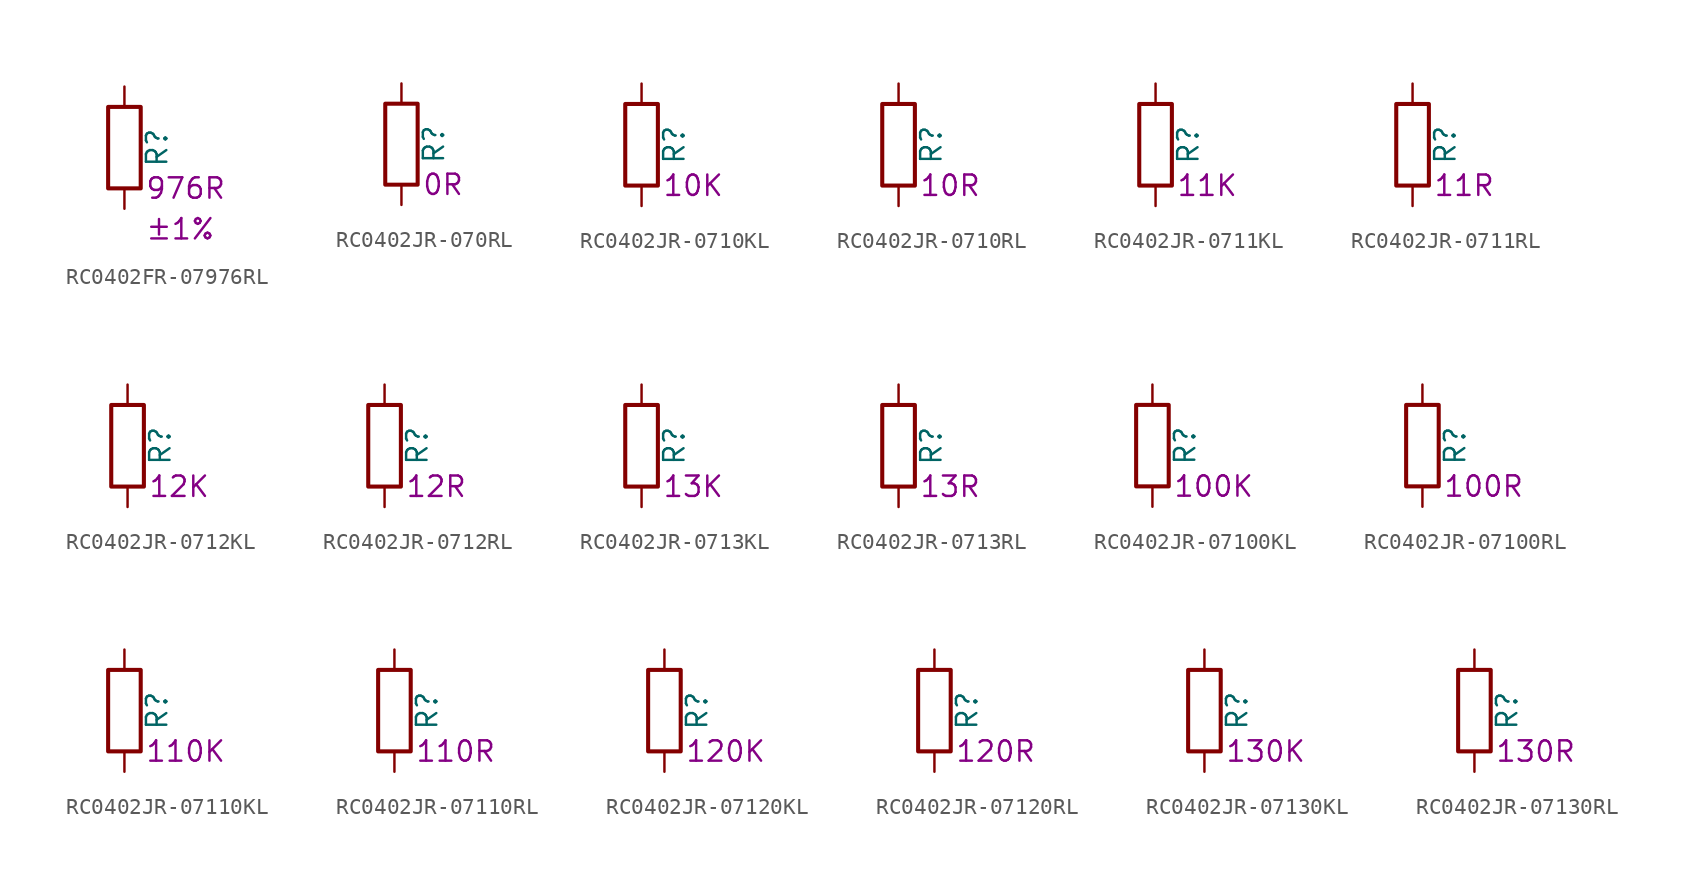
<source format=kicad_sym>
(kicad_symbol_lib
  (version 20220914)
  (generator kicad_symbol_editor)
  (symbol "RC0402FR-07976RL"
    (pin_numbers hide)
    (pin_names
      (offset 0))
    (property "Reference" "R"
      (at 2.032 0 90)
      (effects (font (size 1.27 1.27))))
    (property "Resistance" "976R"
      (at 1.27 -2.54 0)
      (effects (font (size 1.27 1.27)) (justify left)))
    (property "Tolerance" "±1%"
      (at 1.27 -5.08 0)
      (effects (font (size 1.27 1.27)) (justify left)))
    (symbol "RC0402FR-07976RL_0_1"
      (rectangle (start -1.016 -2.54) (end 1.016 2.54) (stroke (width 0.254) (type default)) (fill (type none))))
    (symbol "RC0402FR-07976RL_1_1"
      (pin passive line (at 0 3.81 270) (length 1.27) (name "~" (effects (font (size 1.27 1.27)))) (number "1" (effects (font (size 1.27 1.27)))))
      (pin passive line (at 0 -3.81 90) (length 1.27) (name "~" (effects (font (size 1.27 1.27)))) (number "2" (effects (font (size 1.27 1.27)))))))
  (symbol "RC0402JR-070RL"
    (pin_numbers hide)
    (pin_names
      (offset 0))
    (property "Reference" "R"
      (at 2.032 0 90)
      (effects (font (size 1.27 1.27))))
    (property "Resistance" "0R"
      (at 1.27 -2.54 0)
      (effects (font (size 1.27 1.27)) (justify left)))
    (symbol "RC0402JR-070RL_0_1"
      (rectangle (start -1.016 -2.54) (end 1.016 2.54) (stroke (width 0.254) (type default)) (fill (type none))))
    (symbol "RC0402JR-070RL_1_1"
      (pin passive line (at 0 3.81 270) (length 1.27) (name "~" (effects (font (size 1.27 1.27)))) (number "1" (effects (font (size 1.27 1.27)))))
      (pin passive line (at 0 -3.81 90) (length 1.27) (name "~" (effects (font (size 1.27 1.27)))) (number "2" (effects (font (size 1.27 1.27)))))))
  (symbol "RC0402JR-0710KL"
    (pin_numbers hide)
    (pin_names
      (offset 0))
    (property "Reference" "R"
      (at 2.032 0 90)
      (effects (font (size 1.27 1.27))))
    (property "Resistance" "10K"
      (at 1.27 -2.54 0)
      (effects (font (size 1.27 1.27)) (justify left)))
    (symbol "RC0402JR-0710KL_0_1"
      (rectangle (start -1.016 -2.54) (end 1.016 2.54) (stroke (width 0.254) (type default)) (fill (type none))))
    (symbol "RC0402JR-0710KL_1_1"
      (pin passive line (at 0 3.81 270) (length 1.27) (name "~" (effects (font (size 1.27 1.27)))) (number "1" (effects (font (size 1.27 1.27)))))
      (pin passive line (at 0 -3.81 90) (length 1.27) (name "~" (effects (font (size 1.27 1.27)))) (number "2" (effects (font (size 1.27 1.27)))))))
  (symbol "RC0402JR-0710RL"
    (pin_numbers hide)
    (pin_names
      (offset 0))
    (property "Reference" "R"
      (at 2.032 0 90)
      (effects (font (size 1.27 1.27))))
    (property "Resistance" "10R"
      (at 1.27 -2.54 0)
      (effects (font (size 1.27 1.27)) (justify left)))
    (symbol "RC0402JR-0710RL_0_1"
      (rectangle (start -1.016 -2.54) (end 1.016 2.54) (stroke (width 0.254) (type default)) (fill (type none))))
    (symbol "RC0402JR-0710RL_1_1"
      (pin passive line (at 0 3.81 270) (length 1.27) (name "~" (effects (font (size 1.27 1.27)))) (number "1" (effects (font (size 1.27 1.27)))))
      (pin passive line (at 0 -3.81 90) (length 1.27) (name "~" (effects (font (size 1.27 1.27)))) (number "2" (effects (font (size 1.27 1.27)))))))
  (symbol "RC0402JR-0711KL"
    (pin_numbers hide)
    (pin_names
      (offset 0))
    (property "Reference" "R"
      (at 2.032 0 90)
      (effects (font (size 1.27 1.27))))
    (property "Resistance" "11K"
      (at 1.27 -2.54 0)
      (effects (font (size 1.27 1.27)) (justify left)))
    (symbol "RC0402JR-0711KL_0_1"
      (rectangle (start -1.016 -2.54) (end 1.016 2.54) (stroke (width 0.254) (type default)) (fill (type none))))
    (symbol "RC0402JR-0711KL_1_1"
      (pin passive line (at 0 3.81 270) (length 1.27) (name "~" (effects (font (size 1.27 1.27)))) (number "1" (effects (font (size 1.27 1.27)))))
      (pin passive line (at 0 -3.81 90) (length 1.27) (name "~" (effects (font (size 1.27 1.27)))) (number "2" (effects (font (size 1.27 1.27)))))))
  (symbol "RC0402JR-0711RL"
    (pin_numbers hide)
    (pin_names
      (offset 0))
    (property "Reference" "R"
      (at 2.032 0 90)
      (effects (font (size 1.27 1.27))))
    (property "Resistance" "11R"
      (at 1.27 -2.54 0)
      (effects (font (size 1.27 1.27)) (justify left)))
    (symbol "RC0402JR-0711RL_0_1"
      (rectangle (start -1.016 -2.54) (end 1.016 2.54) (stroke (width 0.254) (type default)) (fill (type none))))
    (symbol "RC0402JR-0711RL_1_1"
      (pin passive line (at 0 3.81 270) (length 1.27) (name "~" (effects (font (size 1.27 1.27)))) (number "1" (effects (font (size 1.27 1.27)))))
      (pin passive line (at 0 -3.81 90) (length 1.27) (name "~" (effects (font (size 1.27 1.27)))) (number "2" (effects (font (size 1.27 1.27)))))))
  (symbol "RC0402JR-0712KL"
    (pin_numbers hide)
    (pin_names
      (offset 0))
    (property "Reference" "R"
      (at 2.032 0 90)
      (effects (font (size 1.27 1.27))))
    (property "Resistance" "12K"
      (at 1.27 -2.54 0)
      (effects (font (size 1.27 1.27)) (justify left)))
    (symbol "RC0402JR-0712KL_0_1"
      (rectangle (start -1.016 -2.54) (end 1.016 2.54) (stroke (width 0.254) (type default)) (fill (type none))))
    (symbol "RC0402JR-0712KL_1_1"
      (pin passive line (at 0 3.81 270) (length 1.27) (name "~" (effects (font (size 1.27 1.27)))) (number "1" (effects (font (size 1.27 1.27)))))
      (pin passive line (at 0 -3.81 90) (length 1.27) (name "~" (effects (font (size 1.27 1.27)))) (number "2" (effects (font (size 1.27 1.27)))))))
  (symbol "RC0402JR-0712RL"
    (pin_numbers hide)
    (pin_names
      (offset 0))
    (property "Reference" "R"
      (at 2.032 0 90)
      (effects (font (size 1.27 1.27))))
    (property "Resistance" "12R"
      (at 1.27 -2.54 0)
      (effects (font (size 1.27 1.27)) (justify left)))
    (symbol "RC0402JR-0712RL_0_1"
      (rectangle (start -1.016 -2.54) (end 1.016 2.54) (stroke (width 0.254) (type default)) (fill (type none))))
    (symbol "RC0402JR-0712RL_1_1"
      (pin passive line (at 0 3.81 270) (length 1.27) (name "~" (effects (font (size 1.27 1.27)))) (number "1" (effects (font (size 1.27 1.27)))))
      (pin passive line (at 0 -3.81 90) (length 1.27) (name "~" (effects (font (size 1.27 1.27)))) (number "2" (effects (font (size 1.27 1.27)))))))
  (symbol "RC0402JR-0713KL"
    (pin_numbers hide)
    (pin_names
      (offset 0))
    (property "Reference" "R"
      (at 2.032 0 90)
      (effects (font (size 1.27 1.27))))
    (property "Resistance" "13K"
      (at 1.27 -2.54 0)
      (effects (font (size 1.27 1.27)) (justify left)))
    (symbol "RC0402JR-0713KL_0_1"
      (rectangle (start -1.016 -2.54) (end 1.016 2.54) (stroke (width 0.254) (type default)) (fill (type none))))
    (symbol "RC0402JR-0713KL_1_1"
      (pin passive line (at 0 3.81 270) (length 1.27) (name "~" (effects (font (size 1.27 1.27)))) (number "1" (effects (font (size 1.27 1.27)))))
      (pin passive line (at 0 -3.81 90) (length 1.27) (name "~" (effects (font (size 1.27 1.27)))) (number "2" (effects (font (size 1.27 1.27)))))))
  (symbol "RC0402JR-0713RL"
    (pin_numbers hide)
    (pin_names
      (offset 0))
    (property "Reference" "R"
      (at 2.032 0 90)
      (effects (font (size 1.27 1.27))))
    (property "Resistance" "13R"
      (at 1.27 -2.54 0)
      (effects (font (size 1.27 1.27)) (justify left)))
    (symbol "RC0402JR-0713RL_0_1"
      (rectangle (start -1.016 -2.54) (end 1.016 2.54) (stroke (width 0.254) (type default)) (fill (type none))))
    (symbol "RC0402JR-0713RL_1_1"
      (pin passive line (at 0 3.81 270) (length 1.27) (name "~" (effects (font (size 1.27 1.27)))) (number "1" (effects (font (size 1.27 1.27)))))
      (pin passive line (at 0 -3.81 90) (length 1.27) (name "~" (effects (font (size 1.27 1.27)))) (number "2" (effects (font (size 1.27 1.27)))))))
  (symbol "RC0402JR-07100KL"
    (pin_numbers hide)
    (pin_names
      (offset 0))
    (property "Reference" "R"
      (at 2.032 0 90)
      (effects (font (size 1.27 1.27))))
    (property "Resistance" "100K"
      (at 1.27 -2.54 0)
      (effects (font (size 1.27 1.27)) (justify left)))
    (symbol "RC0402JR-07100KL_0_1"
      (rectangle (start -1.016 -2.54) (end 1.016 2.54) (stroke (width 0.254) (type default)) (fill (type none))))
    (symbol "RC0402JR-07100KL_1_1"
      (pin passive line (at 0 3.81 270) (length 1.27) (name "~" (effects (font (size 1.27 1.27)))) (number "1" (effects (font (size 1.27 1.27)))))
      (pin passive line (at 0 -3.81 90) (length 1.27) (name "~" (effects (font (size 1.27 1.27)))) (number "2" (effects (font (size 1.27 1.27)))))))
  (symbol "RC0402JR-07100RL"
    (pin_numbers hide)
    (pin_names
      (offset 0))
    (property "Reference" "R"
      (at 2.032 0 90)
      (effects (font (size 1.27 1.27))))
    (property "Resistance" "100R"
      (at 1.27 -2.54 0)
      (effects (font (size 1.27 1.27)) (justify left)))
    (symbol "RC0402JR-07100RL_0_1"
      (rectangle (start -1.016 -2.54) (end 1.016 2.54) (stroke (width 0.254) (type default)) (fill (type none))))
    (symbol "RC0402JR-07100RL_1_1"
      (pin passive line (at 0 3.81 270) (length 1.27) (name "~" (effects (font (size 1.27 1.27)))) (number "1" (effects (font (size 1.27 1.27)))))
      (pin passive line (at 0 -3.81 90) (length 1.27) (name "~" (effects (font (size 1.27 1.27)))) (number "2" (effects (font (size 1.27 1.27)))))))
  (symbol "RC0402JR-07110KL"
    (pin_numbers hide)
    (pin_names
      (offset 0))
    (property "Reference" "R"
      (at 2.032 0 90)
      (effects (font (size 1.27 1.27))))
    (property "Resistance" "110K"
      (at 1.27 -2.54 0)
      (effects (font (size 1.27 1.27)) (justify left)))
    (symbol "RC0402JR-07110KL_0_1"
      (rectangle (start -1.016 -2.54) (end 1.016 2.54) (stroke (width 0.254) (type default)) (fill (type none))))
    (symbol "RC0402JR-07110KL_1_1"
      (pin passive line (at 0 3.81 270) (length 1.27) (name "~" (effects (font (size 1.27 1.27)))) (number "1" (effects (font (size 1.27 1.27)))))
      (pin passive line (at 0 -3.81 90) (length 1.27) (name "~" (effects (font (size 1.27 1.27)))) (number "2" (effects (font (size 1.27 1.27)))))))
  (symbol "RC0402JR-07110RL"
    (pin_numbers hide)
    (pin_names
      (offset 0))
    (property "Reference" "R"
      (at 2.032 0 90)
      (effects (font (size 1.27 1.27))))
    (property "Resistance" "110R"
      (at 1.27 -2.54 0)
      (effects (font (size 1.27 1.27)) (justify left)))
    (symbol "RC0402JR-07110RL_0_1"
      (rectangle (start -1.016 -2.54) (end 1.016 2.54) (stroke (width 0.254) (type default)) (fill (type none))))
    (symbol "RC0402JR-07110RL_1_1"
      (pin passive line (at 0 3.81 270) (length 1.27) (name "~" (effects (font (size 1.27 1.27)))) (number "1" (effects (font (size 1.27 1.27)))))
      (pin passive line (at 0 -3.81 90) (length 1.27) (name "~" (effects (font (size 1.27 1.27)))) (number "2" (effects (font (size 1.27 1.27)))))))
  (symbol "RC0402JR-07120KL"
    (pin_numbers hide)
    (pin_names
      (offset 0))
    (property "Reference" "R"
      (at 2.032 0 90)
      (effects (font (size 1.27 1.27))))
    (property "Resistance" "120K"
      (at 1.27 -2.54 0)
      (effects (font (size 1.27 1.27)) (justify left)))
    (symbol "RC0402JR-07120KL_0_1"
      (rectangle (start -1.016 -2.54) (end 1.016 2.54) (stroke (width 0.254) (type default)) (fill (type none))))
    (symbol "RC0402JR-07120KL_1_1"
      (pin passive line (at 0 3.81 270) (length 1.27) (name "~" (effects (font (size 1.27 1.27)))) (number "1" (effects (font (size 1.27 1.27)))))
      (pin passive line (at 0 -3.81 90) (length 1.27) (name "~" (effects (font (size 1.27 1.27)))) (number "2" (effects (font (size 1.27 1.27)))))))
  (symbol "RC0402JR-07120RL"
    (pin_numbers hide)
    (pin_names
      (offset 0))
    (property "Reference" "R"
      (at 2.032 0 90)
      (effects (font (size 1.27 1.27))))
    (property "Resistance" "120R"
      (at 1.27 -2.54 0)
      (effects (font (size 1.27 1.27)) (justify left)))
    (symbol "RC0402JR-07120RL_0_1"
      (rectangle (start -1.016 -2.54) (end 1.016 2.54) (stroke (width 0.254) (type default)) (fill (type none))))
    (symbol "RC0402JR-07120RL_1_1"
      (pin passive line (at 0 3.81 270) (length 1.27) (name "~" (effects (font (size 1.27 1.27)))) (number "1" (effects (font (size 1.27 1.27)))))
      (pin passive line (at 0 -3.81 90) (length 1.27) (name "~" (effects (font (size 1.27 1.27)))) (number "2" (effects (font (size 1.27 1.27)))))))
  (symbol "RC0402JR-07130KL"
    (pin_numbers hide)
    (pin_names
      (offset 0))
    (property "Reference" "R"
      (at 2.032 0 90)
      (effects (font (size 1.27 1.27))))
    (property "Resistance" "130K"
      (at 1.27 -2.54 0)
      (effects (font (size 1.27 1.27)) (justify left)))
    (symbol "RC0402JR-07130KL_0_1"
      (rectangle (start -1.016 -2.54) (end 1.016 2.54) (stroke (width 0.254) (type default)) (fill (type none))))
    (symbol "RC0402JR-07130KL_1_1"
      (pin passive line (at 0 3.81 270) (length 1.27) (name "~" (effects (font (size 1.27 1.27)))) (number "1" (effects (font (size 1.27 1.27)))))
      (pin passive line (at 0 -3.81 90) (length 1.27) (name "~" (effects (font (size 1.27 1.27)))) (number "2" (effects (font (size 1.27 1.27)))))))
  (symbol "RC0402JR-07130RL"
    (pin_numbers hide)
    (pin_names
      (offset 0))
    (property "Reference" "R"
      (at 2.032 0 90)
      (effects (font (size 1.27 1.27))))
    (property "Resistance" "130R"
      (at 1.27 -2.54 0)
      (effects (font (size 1.27 1.27)) (justify left)))
    (symbol "RC0402JR-07130RL_0_1"
      (rectangle (start -1.016 -2.54) (end 1.016 2.54) (stroke (width 0.254) (type default)) (fill (type none))))
    (symbol "RC0402JR-07130RL_1_1"
      (pin passive line (at 0 3.81 270) (length 1.27) (name "~" (effects (font (size 1.27 1.27)))) (number "1" (effects (font (size 1.27 1.27)))))
      (pin passive line (at 0 -3.81 90) (length 1.27) (name "~" (effects (font (size 1.27 1.27)))) (number "2" (effects (font (size 1.27 1.27))))))))
</source>
